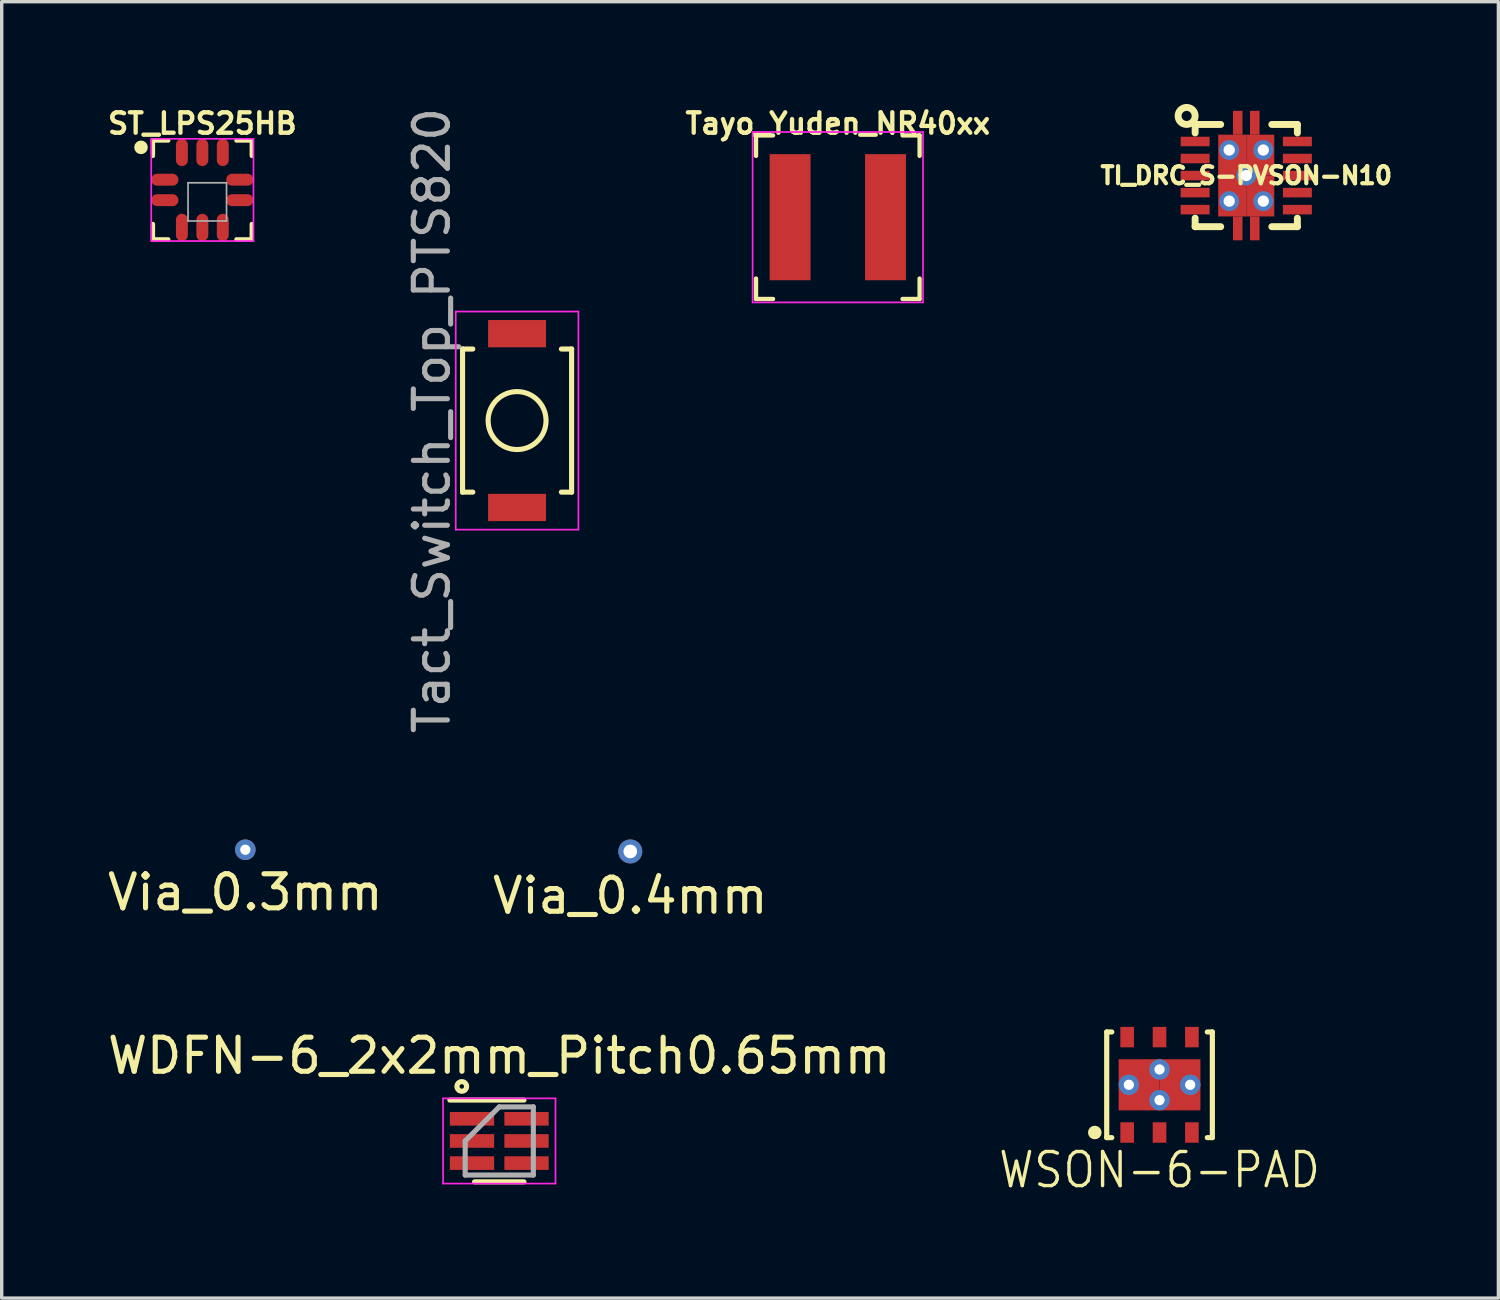
<source format=kicad_pcb>
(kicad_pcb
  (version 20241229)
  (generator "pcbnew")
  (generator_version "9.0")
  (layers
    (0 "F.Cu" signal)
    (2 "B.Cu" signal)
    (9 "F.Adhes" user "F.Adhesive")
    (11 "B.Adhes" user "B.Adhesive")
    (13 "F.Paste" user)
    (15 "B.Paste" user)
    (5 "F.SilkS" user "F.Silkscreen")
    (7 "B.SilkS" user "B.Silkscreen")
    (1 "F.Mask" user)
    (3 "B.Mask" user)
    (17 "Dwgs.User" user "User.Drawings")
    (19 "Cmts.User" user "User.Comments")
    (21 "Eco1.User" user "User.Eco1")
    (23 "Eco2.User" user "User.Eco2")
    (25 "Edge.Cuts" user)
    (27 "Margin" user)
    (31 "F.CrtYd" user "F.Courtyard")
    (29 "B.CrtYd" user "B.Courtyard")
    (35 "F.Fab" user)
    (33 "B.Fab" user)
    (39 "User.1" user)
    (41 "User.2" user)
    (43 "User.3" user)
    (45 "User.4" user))
  (footprint "Tact_Switch_Top_PTS820"
    (layer "F.Cu")
    (at 12.124 9.292)
    (property "Reference" "Tact_Switch_Top_PTS820" (at -2.5 0 270) (layer "F.Fab") (effects (font (size 1 1) (thickness 0.15))))
    (attr through_hole)
    (fp_line (start -1.6 -2.1) (end -1.6 2.1) (stroke (width 0.15) (type solid)) (layer "F.SilkS"))
    (fp_line (start -1.6 -2.1) (end -1.3 -2.1) (stroke (width 0.15) (type solid)) (layer "F.SilkS"))
    (fp_line (start -1.6 2.1) (end -1.3 2.1) (stroke (width 0.15) (type solid)) (layer "F.SilkS"))
    (fp_line (start 1.6 -2.1) (end 1.3 -2.1) (stroke (width 0.15) (type solid)) (layer "F.SilkS"))
    (fp_line (start 1.6 -2.1) (end 1.6 2.1) (stroke (width 0.15) (type solid)) (layer "F.SilkS"))
    (fp_line (start 1.6 2.1) (end 1.3 2.1) (stroke (width 0.15) (type solid)) (layer "F.SilkS"))
    (fp_circle (center 0 0) (end 0 0.85) (stroke (width 0.15) (type solid)) (fill no) (layer "F.SilkS"))
    (fp_line (start -1.8 -3.2) (end 1.8 -3.2) (stroke (width 0.05) (type solid)) (layer "F.CrtYd"))
    (fp_line (start -1.8 3.2) (end -1.8 -3.2) (stroke (width 0.05) (type solid)) (layer "F.CrtYd"))
    (fp_line (start 1.8 -3.2) (end 1.8 3.2) (stroke (width 0.05) (type solid)) (layer "F.CrtYd"))
    (fp_line (start 1.8 3.2) (end -1.8 3.2) (stroke (width 0.05) (type solid)) (layer "F.CrtYd"))
    (pad "1" smd rect (at 0 -2.55 270) (size 0.8 1.7) (layers "F.Cu" "F.Mask" "F.Paste"))
    (pad "2" smd rect (at 0 2.55 270) (size 0.8 1.7) (layers "F.Cu" "F.Mask" "F.Paste")))
  (footprint "TI_DRC_S-PVSON-N10"
    (layer "F.Cu")
    (at 33.522 2.102)
    (property "Reference" "TI_DRC_S-PVSON-N10" (at 0 0 0) (layer "F.SilkS") (effects (font (size 0.5 0.5) (thickness 0.124))))
    (attr through_hole)
    (fp_line (start -1.5 -1.25) (end -1.5 -1.5) (stroke (width 0.203) (type solid)) (layer "F.SilkS"))
    (fp_line (start -1.5 1.25) (end -1.5 1.5) (stroke (width 0.203) (type solid)) (layer "F.SilkS"))
    (fp_line (start -1.5 1.5) (end -0.75 1.5) (stroke (width 0.203) (type solid)) (layer "F.SilkS"))
    (fp_line (start -0.75 -1.5) (end -1.5 -1.5) (stroke (width 0.203) (type solid)) (layer "F.SilkS"))
    (fp_line (start 0.75 1.5) (end 1.5 1.5) (stroke (width 0.203) (type solid)) (layer "F.SilkS"))
    (fp_line (start 1.5 -1.5) (end 0.75 -1.5) (stroke (width 0.203) (type solid)) (layer "F.SilkS"))
    (fp_line (start 1.5 -1.25) (end 1.5 -1.5) (stroke (width 0.203) (type solid)) (layer "F.SilkS"))
    (fp_line (start 1.5 1.5) (end 1.5 1.25) (stroke (width 0.203) (type solid)) (layer "F.SilkS"))
    (fp_circle (center -1.75 -1.75) (end -1.75 -1.5) (stroke (width 0.203) (type solid)) (fill no) (layer "F.SilkS"))
    (pad "0" thru_hole circle (at -0.5 -0.75) (size 0.584 0.584) (drill 0.33) (layers "*.Cu" "*.Mask"))
    (pad "0" thru_hole circle (at -0.5 0.75) (size 0.584 0.584) (drill 0.33) (layers "*.Cu" "*.Mask"))
    (pad "0" smd rect (at -0.411 -0.6) (size 0.823 1.2) (layers "F.Cu" "F.Mask" "F.Paste"))
    (pad "0" smd rect (at -0.411 0.6) (size 0.823 1.2) (layers "F.Cu" "F.Mask" "F.Paste"))
    (pad "0" smd rect (at -0.25 -1.55) (size 0.28 0.7) (layers "F.Cu" "F.Mask" "F.Paste"))
    (pad "0" smd rect (at -0.25 1.55) (size 0.28 0.7) (layers "F.Cu" "F.Mask" "F.Paste"))
    (pad "0" thru_hole circle (at 0 0) (size 0.584 0.584) (drill 0.33) (layers "*.Cu" "*.Mask"))
    (pad "0" smd rect (at 0.25 -1.55) (size 0.28 0.7) (layers "F.Cu" "F.Mask" "F.Paste"))
    (pad "0" smd rect (at 0.25 1.55) (size 0.28 0.7) (layers "F.Cu" "F.Mask" "F.Paste"))
    (pad "0" smd rect (at 0.411 -0.6) (size 0.823 1.2) (layers "F.Cu" "F.Mask" "F.Paste"))
    (pad "0" smd rect (at 0.411 0.6) (size 0.823 1.2) (layers "F.Cu" "F.Mask" "F.Paste"))
    (pad "0" thru_hole circle (at 0.5 -0.75) (size 0.584 0.584) (drill 0.33) (layers "*.Cu" "*.Mask"))
    (pad "0" thru_hole circle (at 0.5 0.75) (size 0.584 0.584) (drill 0.33) (layers "*.Cu" "*.Mask"))
    (pad "1" smd rect (at -1.5 -1) (size 0.85 0.28) (layers "F.Cu" "F.Mask" "F.Paste"))
    (pad "2" smd rect (at -1.5 -0.5) (size 0.85 0.28) (layers "F.Cu" "F.Mask" "F.Paste"))
    (pad "3" smd rect (at -1.5 0) (size 0.85 0.28) (layers "F.Cu" "F.Mask" "F.Paste"))
    (pad "4" smd rect (at -1.5 0.5) (size 0.85 0.28) (layers "F.Cu" "F.Mask" "F.Paste"))
    (pad "5" smd rect (at -1.5 1) (size 0.85 0.28) (layers "F.Cu" "F.Mask" "F.Paste"))
    (pad "6" smd rect (at 1.5 1) (size 0.85 0.28) (layers "F.Cu" "F.Mask" "F.Paste"))
    (pad "7" smd rect (at 1.5 0.5) (size 0.85 0.28) (layers "F.Cu" "F.Mask" "F.Paste"))
    (pad "8" smd rect (at 1.5 0) (size 0.85 0.28) (layers "F.Cu" "F.Mask" "F.Paste"))
    (pad "9" smd rect (at 1.5 -0.5) (size 0.85 0.28) (layers "F.Cu" "F.Mask" "F.Paste"))
    (pad "10" smd rect (at 1.5 -1) (size 0.85 0.28) (layers "F.Cu" "F.Mask" "F.Paste")))
  (footprint "WSON-6-PAD"
    (layer "F.Cu")
    (at 30.977 28.784)
    (property "Reference" "WSON-6-PAD" (at 0 2.5 0) (layer "F.SilkS") (effects (font (size 1 0.9) (thickness 0.1))))
    (attr smd)
    (fp_line (start -1.55 -1.55) (end -1.55 1.55) (stroke (width 0.152) (type solid)) (layer "F.SilkS"))
    (fp_line (start -1.55 -1.55) (end -1.4 -1.55) (stroke (width 0.15) (type solid)) (layer "F.SilkS"))
    (fp_line (start -1.55 1.55) (end -1.4 1.55) (stroke (width 0.15) (type solid)) (layer "F.SilkS"))
    (fp_line (start 1.4 -1.55) (end 1.55 -1.55) (stroke (width 0.15) (type solid)) (layer "F.SilkS"))
    (fp_line (start 1.4 1.55) (end 1.55 1.55) (stroke (width 0.15) (type solid)) (layer "F.SilkS"))
    (fp_line (start 1.55 -1.55) (end 1.55 1.55) (stroke (width 0.152) (type solid)) (layer "F.SilkS"))
    (fp_circle (center -1.9 1.4) (end -1.8 1.4) (stroke (width 0.2) (type solid)) (fill no) (layer "F.SilkS"))
    (pad "1" smd rect (at -0.95 1.4) (size 0.4 0.6) (layers "F.Cu" "F.Mask" "F.Paste"))
    (pad "2" smd rect (at 0 1.4) (size 0.4 0.6) (layers "F.Cu" "F.Mask" "F.Paste"))
    (pad "3" smd rect (at 0.95 1.4) (size 0.4 0.6) (layers "F.Cu" "F.Mask" "F.Paste"))
    (pad "4" smd rect (at 0.95 -1.4) (size 0.4 0.6) (layers "F.Cu" "F.Mask" "F.Paste"))
    (pad "5" smd rect (at 0 -1.4) (size 0.4 0.6) (layers "F.Cu" "F.Mask" "F.Paste"))
    (pad "6" smd rect (at -0.95 -1.4) (size 0.4 0.6) (layers "F.Cu" "F.Mask" "F.Paste"))
    (pad "PAD" thru_hole circle (at -0.9 0) (size 0.6 0.6) (drill 0.3) (layers "*.Cu" "*.Mask"))
    (pad "PAD" smd rect (at -0.6 0) (size 1.2 1.5) (layers "F.Cu" "F.Mask" "F.Paste"))
    (pad "PAD" thru_hole circle (at 0 -0.45) (size 0.6 0.6) (drill 0.3) (layers "*.Cu" "*.Mask"))
    (pad "PAD" thru_hole circle (at 0 0.45) (size 0.6 0.6) (drill 0.3) (layers "*.Cu" "*.Mask"))
    (pad "PAD" smd rect (at 0.6 0) (size 1.2 1.5) (layers "F.Cu" "F.Mask" "F.Paste"))
    (pad "PAD" thru_hole circle (at 0.9 0) (size 0.6 0.6) (drill 0.3) (layers "*.Cu" "*.Mask")))
  (footprint "Via_0.3mm"
    (layer "F.Cu")
    (at 4.149 21.886)
    (property "Reference" "Via_0.3mm" (at 0 1.25 0) (layer "F.SilkS") (effects (font (size 1 1) (thickness 0.15))))
    (attr through_hole)
    (pad "1" thru_hole circle (at 0 0) (size 0.605 0.605) (drill 0.3) (layers "*.Cu")))
  (footprint "WDFN-6_2x2mm_Pitch0.65mm"
    (layer "F.Cu")
    (at 11.601 30.432)
    (property "Reference" "WDFN-6_2x2mm_Pitch0.65mm" (at 0 -2.5 0) (layer "F.SilkS") (effects (font (size 1 1) (thickness 0.15))))
    (attr smd)
    (fp_line (start -1.45 -1.2) (end 0.725 -1.2) (stroke (width 0.15) (type solid)) (layer "F.SilkS"))
    (fp_line (start -0.725 1.2) (end 0.725 1.2) (stroke (width 0.15) (type solid)) (layer "F.SilkS"))
    (fp_circle (center -1.1 -1.6) (end -1 -1.5) (stroke (width 0.15) (type solid)) (fill no) (layer "F.SilkS"))
    (fp_line (start -1.65 -1.25) (end -1.65 1.25) (stroke (width 0.05) (type solid)) (layer "F.CrtYd"))
    (fp_line (start -1.65 -1.25) (end 1.65 -1.25) (stroke (width 0.05) (type solid)) (layer "F.CrtYd"))
    (fp_line (start -1.65 1.25) (end 1.65 1.25) (stroke (width 0.05) (type solid)) (layer "F.CrtYd"))
    (fp_line (start 1.65 -1.25) (end 1.65 1.25) (stroke (width 0.05) (type solid)) (layer "F.CrtYd"))
    (fp_line (start -1 0) (end 0 -1) (stroke (width 0.15) (type solid)) (layer "F.Fab"))
    (fp_line (start -1 1) (end -1 0) (stroke (width 0.15) (type solid)) (layer "F.Fab"))
    (fp_line (start 0 -1) (end 1 -1) (stroke (width 0.15) (type solid)) (layer "F.Fab"))
    (fp_line (start 1 -1) (end 1 1) (stroke (width 0.15) (type solid)) (layer "F.Fab"))
    (fp_line (start 1 1) (end -1 1) (stroke (width 0.15) (type solid)) (layer "F.Fab"))
    (pad "1" smd rect (at -0.8 -0.65) (size 1.3 0.4) (layers "F.Cu" "F.Mask" "F.Paste"))
    (pad "2" smd rect (at -0.8 0) (size 1.3 0.4) (layers "F.Cu" "F.Mask" "F.Paste"))
    (pad "3" smd rect (at -0.8 0.65) (size 1.3 0.4) (layers "F.Cu" "F.Mask" "F.Paste"))
    (pad "4" smd rect (at 0.8 0.65) (size 1.3 0.4) (layers "F.Cu" "F.Mask" "F.Paste"))
    (pad "5" smd rect (at 0.8 0) (size 1.3 0.4) (layers "F.Cu" "F.Mask" "F.Paste"))
    (pad "6" smd rect (at 0.8 -0.65) (size 1.3 0.4) (layers "F.Cu" "F.Mask" "F.Paste")))
  (footprint "Via_0.4mm"
    (layer "F.Cu")
    (at 15.446 21.936)
    (property "Reference" "Via_0.4mm" (at 0 1.3 0) (layer "F.SilkS") (effects (font (size 1 1) (thickness 0.15))))
    (attr through_hole)
    (pad "1" thru_hole circle (at 0 0) (size 0.705 0.705) (drill 0.4) (layers "*.Cu")))
  (footprint "ST_LPS25HB"
    (layer "F.Cu")
    (at 2.888 2.524)
    (property "Reference" "ST_LPS25HB" (at 0 -1.95 0) (layer "F.SilkS") (effects (font (size 0.6 0.6) (thickness 0.127))))
    (attr smd)
    (fp_line (start -1.45 -1.45) (end -1.45 -1) (stroke (width 0.127) (type solid)) (layer "F.SilkS"))
    (fp_line (start -1.45 1.45) (end -1.45 1) (stroke (width 0.127) (type solid)) (layer "F.SilkS"))
    (fp_line (start -1 -1.45) (end -1.45 -1.45) (stroke (width 0.127) (type solid)) (layer "F.SilkS"))
    (fp_line (start -1 1.45) (end -1.45 1.45) (stroke (width 0.127) (type solid)) (layer "F.SilkS"))
    (fp_line (start 1 -1.45) (end 1.45 -1.45) (stroke (width 0.127) (type solid)) (layer "F.SilkS"))
    (fp_line (start 1.45 -1.45) (end 1.45 -1) (stroke (width 0.127) (type solid)) (layer "F.SilkS"))
    (fp_line (start 1.45 1) (end 1.45 1.45) (stroke (width 0.127) (type solid)) (layer "F.SilkS"))
    (fp_line (start 1.45 1.45) (end 1 1.45) (stroke (width 0.127) (type solid)) (layer "F.SilkS"))
    (fp_circle (center -1.8 -1.25) (end -1.9 -1.25) (stroke (width 0.2) (type solid)) (fill no) (layer "F.SilkS"))
    (fp_line (start -1.5 -1.5) (end 1.5 -1.5) (stroke (width 0.05) (type solid)) (layer "F.CrtYd"))
    (fp_line (start -1.5 1.5) (end -1.5 -1.5) (stroke (width 0.05) (type solid)) (layer "F.CrtYd"))
    (fp_line (start 1.5 -1.5) (end 1.5 1.5) (stroke (width 0.05) (type solid)) (layer "F.CrtYd"))
    (fp_line (start 1.5 1.5) (end -1.5 1.5) (stroke (width 0.05) (type solid)) (layer "F.CrtYd"))
    (fp_line (start -0.42 -0.21) (end 0.71 -0.21) (stroke (width 0.05) (type solid)) (layer "F.Fab"))
    (fp_line (start -0.42 0.91) (end -0.42 -0.21) (stroke (width 0.05) (type solid)) (layer "F.Fab"))
    (fp_line (start -0.42 0.91) (end 0.71 0.91) (stroke (width 0.05) (type solid)) (layer "F.Fab"))
    (fp_line (start 0.71 -0.21) (end 0.71 0.91) (stroke (width 0.05) (type solid)) (layer "F.Fab"))
    (pad "1" smd oval (at -1.1 -0.3) (size 0.8 0.35) (layers "F.Cu" "F.Mask" "F.Paste"))
    (pad "2" smd oval (at -1.1 0.3) (size 0.8 0.35) (layers "F.Cu" "F.Mask" "F.Paste"))
    (pad "3" smd oval (at -0.6 1.1 90) (size 0.8 0.35) (layers "F.Cu" "F.Mask" "F.Paste"))
    (pad "4" smd oval (at 0 1.1 90) (size 0.8 0.35) (layers "F.Cu" "F.Mask" "F.Paste"))
    (pad "5" smd oval (at 0.6 1.1 90) (size 0.8 0.35) (layers "F.Cu" "F.Mask" "F.Paste"))
    (pad "6" smd oval (at 1.1 0.3) (size 0.8 0.35) (layers "F.Cu" "F.Mask" "F.Paste"))
    (pad "7" smd oval (at 1.1 -0.3) (size 0.8 0.35) (layers "F.Cu" "F.Mask" "F.Paste"))
    (pad "8" smd oval (at 0.6 -1.1 90) (size 0.8 0.35) (layers "F.Cu" "F.Mask" "F.Paste"))
    (pad "9" smd oval (at 0 -1.1 90) (size 0.8 0.35) (layers "F.Cu" "F.Mask" "F.Paste"))
    (pad "10" smd oval (at -0.6 -1.1 90) (size 0.8 0.35) (layers "F.Cu" "F.Mask" "F.Paste")))
  (footprint "Tayo_Yuden_NR40xx"
    (layer "F.Cu")
    (at 21.536 3.324)
    (property "Reference" "Tayo_Yuden_NR40xx" (at 0 -2.75 0) (layer "F.SilkS") (effects (font (size 0.6 0.6) (thickness 0.127))))
    (attr smd)
    (fp_line (start -2.4 -2.4) (end -2.4 -1.8) (stroke (width 0.127) (type solid)) (layer "F.SilkS"))
    (fp_line (start -2.4 -2.4) (end -1.9 -2.4) (stroke (width 0.127) (type solid)) (layer "F.SilkS"))
    (fp_line (start -2.4 2.4) (end -2.4 1.8) (stroke (width 0.127) (type solid)) (layer "F.SilkS"))
    (fp_line (start -2.4 2.4) (end -1.9 2.4) (stroke (width 0.127) (type solid)) (layer "F.SilkS"))
    (fp_line (start 1.9 -2.4) (end 2.4 -2.4) (stroke (width 0.127) (type solid)) (layer "F.SilkS"))
    (fp_line (start 1.9 2.4) (end 2.4 2.4) (stroke (width 0.127) (type solid)) (layer "F.SilkS"))
    (fp_line (start 2.4 -2.4) (end 2.4 -1.8) (stroke (width 0.127) (type solid)) (layer "F.SilkS"))
    (fp_line (start 2.4 2.4) (end 2.4 1.8) (stroke (width 0.127) (type solid)) (layer "F.SilkS"))
    (fp_line (start -2.5 -2.5) (end 2.5 -2.5) (stroke (width 0.05) (type solid)) (layer "F.CrtYd"))
    (fp_line (start -2.5 2.5) (end -2.5 -2.5) (stroke (width 0.05) (type solid)) (layer "F.CrtYd"))
    (fp_line (start 2.5 -2.5) (end 2.5 2.5) (stroke (width 0.05) (type solid)) (layer "F.CrtYd"))
    (fp_line (start 2.5 2.5) (end -2.5 2.5) (stroke (width 0.05) (type solid)) (layer "F.CrtYd"))
    (pad "1" smd rect (at -1.4 0) (size 1.2 3.7) (layers "F.Cu" "F.Mask" "F.Paste"))
    (pad "2" smd rect (at 1.4 0) (size 1.2 3.7) (layers "F.Cu" "F.Mask" "F.Paste")))
  (gr_rect
    (start -3 -3)
    (end 40.921 35.044)
    (stroke (width 0.1) (type default))
    (fill no)
    (layer "Edge.Cuts")))
</source>
